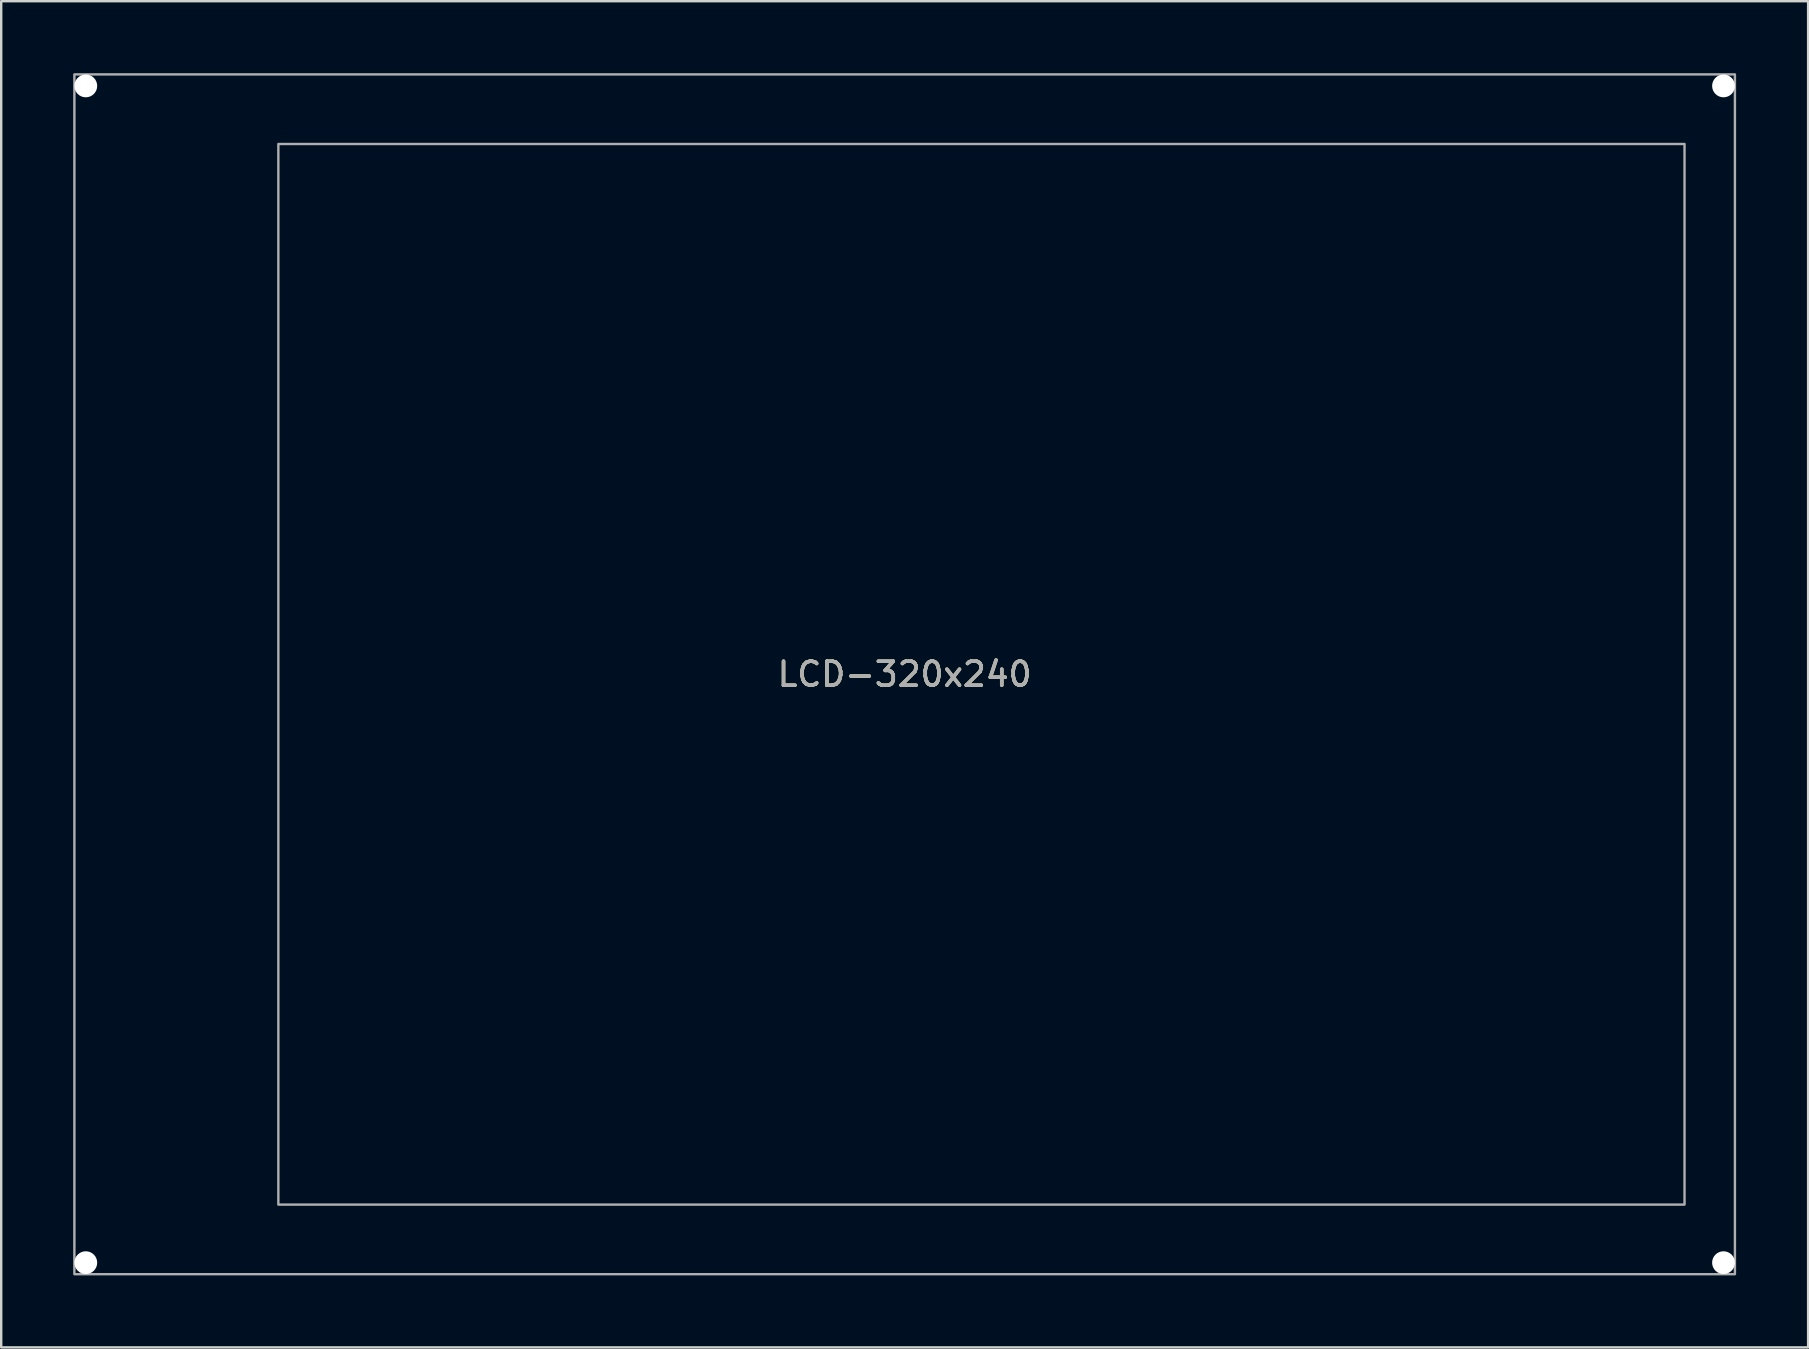
<source format=kicad_pcb>
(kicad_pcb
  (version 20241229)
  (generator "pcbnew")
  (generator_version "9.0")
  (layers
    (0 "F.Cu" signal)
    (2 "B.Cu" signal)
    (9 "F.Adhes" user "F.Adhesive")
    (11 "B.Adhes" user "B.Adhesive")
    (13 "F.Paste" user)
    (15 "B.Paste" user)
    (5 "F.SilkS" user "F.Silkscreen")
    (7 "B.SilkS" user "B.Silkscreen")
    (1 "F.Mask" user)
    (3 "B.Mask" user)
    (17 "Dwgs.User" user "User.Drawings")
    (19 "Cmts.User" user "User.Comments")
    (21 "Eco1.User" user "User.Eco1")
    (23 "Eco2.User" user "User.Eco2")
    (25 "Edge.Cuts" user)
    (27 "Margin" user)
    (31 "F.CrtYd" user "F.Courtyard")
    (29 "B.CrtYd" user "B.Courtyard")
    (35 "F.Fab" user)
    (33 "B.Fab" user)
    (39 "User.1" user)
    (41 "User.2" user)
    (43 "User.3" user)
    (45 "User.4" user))
  (footprint "LCD-320x240"
    (layer "F.Cu")
    (at 34.65 25.05)
    (property "Reference" "LCD-320x240" (at 0 0 0) (unlocked yes) (layer "F.SilkS") (effects (font (size 1 1) (thickness 0.15))))
    (attr smd)
    (fp_rect (start -34.6 -25) (end 34.6 25) (stroke (width 0.1) (type solid)) (fill no) (layer "F.Fab"))
    (fp_rect (start -26.1 -22.1) (end 32.5 22.1) (stroke (width 0.1) (type solid)) (fill no) (layer "F.Fab"))
    (fp_text user "${REFERENCE}" (at 0 0 0) (unlocked yes) (layer "F.Fab") (effects (font (size 1 1) (thickness 0.15))))
    (pad "" np_thru_hole circle (at -34.125 -24.52) (size 0.95 0.95) (drill 0.95) (layers "*.Cu" "*.Mask"))
    (pad "" np_thru_hole circle (at -34.125 24.52) (size 0.95 0.95) (drill 0.95) (layers "*.Cu" "*.Mask"))
    (pad "" np_thru_hole circle (at 34.125 -24.52) (size 0.95 0.95) (drill 0.95) (layers "*.Cu" "*.Mask"))
    (pad "" np_thru_hole circle (at 34.125 24.52) (size 0.95 0.95) (drill 0.95) (layers "*.Cu" "*.Mask"))
    (zone (net_name "") (layer "F.Fab") (hatch full 0.5) (connect_pads) (min_thickness 0.25) (filled_areas_thickness no) (keepout (tracks not_allowed) (vias not_allowed) (pads not_allowed) (copperpour allowed) (footprints allowed)) (placement (enabled no)) (fill) (polygon (pts (xy 8.55 2.95) (xy 67.15 2.95) (xy 67.15 47.15) (xy 8.55 47.15)))))
  (gr_rect
    (start -3 -3)
    (end 72.3 53.1)
    (stroke (width 0.1) (type default))
    (fill no)
    (layer "Edge.Cuts")))
</source>
